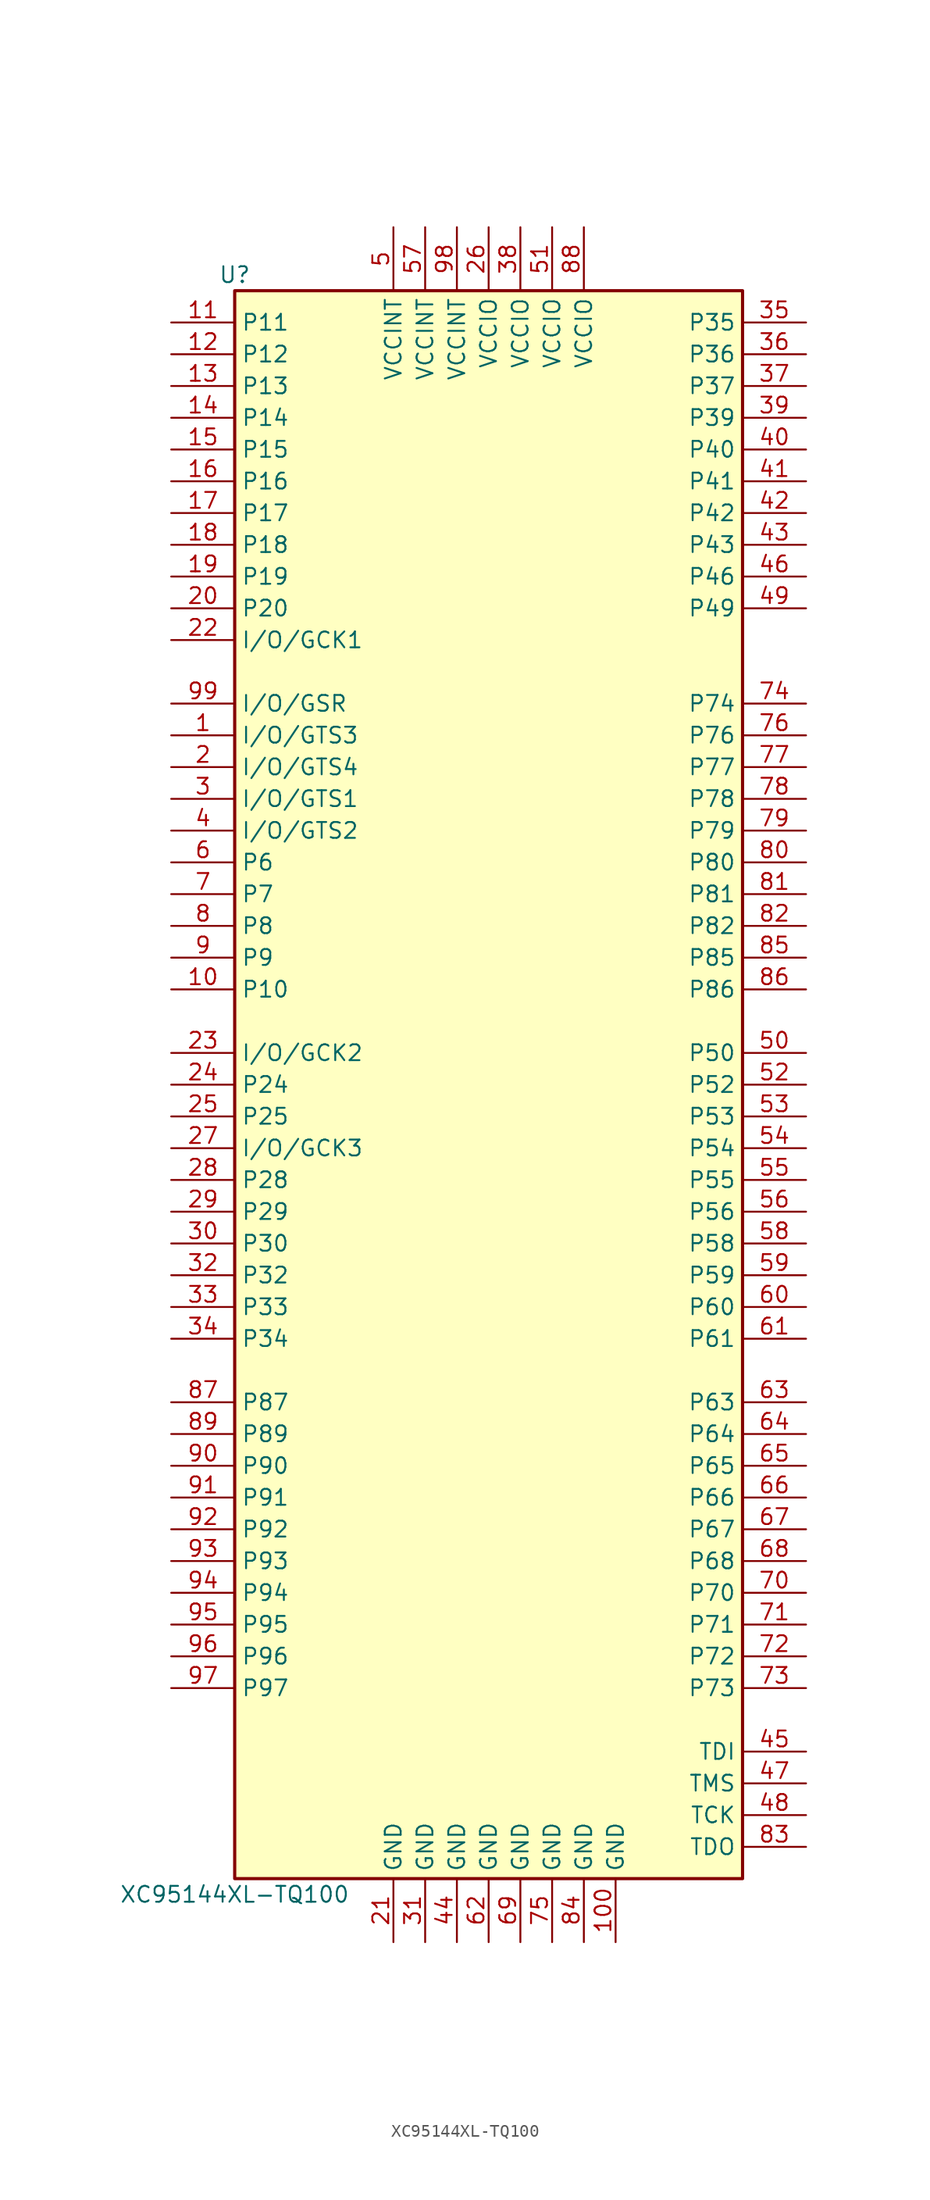
<source format=kicad_sym>
(kicad_symbol_lib
  (version 20201005)
  (generator kicad_symbol_editor)
  (symbol "XC95144XL-TQ100"
    (property "Reference" "U"
      (at -20.32 64.77 0)
      (effects (font (size 1.27 1.27))))
    (property "Value" "XC95144XL-TQ100"
      (at -20.32 -64.77 0)
      (effects (font (size 1.27 1.27))))
    (symbol "XC95144XL-TQ100_1_1"
      (rectangle (start -20.32 63.5) (end 20.32 -63.5) (stroke (width 0.254)) (fill (type background)))
      (pin bidirectional line (at -25.4 27.94 0) (length 5.08) (name "I/O/GTS3" (effects (font (size 1.27 1.27)))) (number "1" (effects (font (size 1.27 1.27)))))
      (pin bidirectional line (at -25.4 25.4 0) (length 5.08) (name "I/O/GTS4" (effects (font (size 1.27 1.27)))) (number "2" (effects (font (size 1.27 1.27)))))
      (pin bidirectional line (at -25.4 22.86 0) (length 5.08) (name "I/O/GTS1" (effects (font (size 1.27 1.27)))) (number "3" (effects (font (size 1.27 1.27)))))
      (pin bidirectional line (at -25.4 20.32 0) (length 5.08) (name "I/O/GTS2" (effects (font (size 1.27 1.27)))) (number "4" (effects (font (size 1.27 1.27)))))
      (pin power_in line (at -7.62 68.58 270) (length 5.08) (name "VCCINT" (effects (font (size 1.27 1.27)))) (number "5" (effects (font (size 1.27 1.27)))))
      (pin bidirectional line (at -25.4 17.78 0) (length 5.08) (name "P6" (effects (font (size 1.27 1.27)))) (number "6" (effects (font (size 1.27 1.27)))))
      (pin bidirectional line (at -25.4 15.24 0) (length 5.08) (name "P7" (effects (font (size 1.27 1.27)))) (number "7" (effects (font (size 1.27 1.27)))))
      (pin bidirectional line (at -25.4 12.7 0) (length 5.08) (name "P8" (effects (font (size 1.27 1.27)))) (number "8" (effects (font (size 1.27 1.27)))))
      (pin bidirectional line (at -25.4 10.16 0) (length 5.08) (name "P9" (effects (font (size 1.27 1.27)))) (number "9" (effects (font (size 1.27 1.27)))))
      (pin bidirectional line (at -25.4 7.62 0) (length 5.08) (name "P10" (effects (font (size 1.27 1.27)))) (number "10" (effects (font (size 1.27 1.27)))))
      (pin bidirectional line (at -25.4 38.1 0) (length 5.08) (name "P20" (effects (font (size 1.27 1.27)))) (number "20" (effects (font (size 1.27 1.27)))))
      (pin bidirectional line (at -25.4 -12.7 0) (length 5.08) (name "P30" (effects (font (size 1.27 1.27)))) (number "30" (effects (font (size 1.27 1.27)))))
      (pin bidirectional line (at 25.4 50.8 180) (length 5.08) (name "P40" (effects (font (size 1.27 1.27)))) (number "40" (effects (font (size 1.27 1.27)))))
      (pin bidirectional line (at 25.4 2.54 180) (length 5.08) (name "P50" (effects (font (size 1.27 1.27)))) (number "50" (effects (font (size 1.27 1.27)))))
      (pin bidirectional line (at 25.4 -17.78 180) (length 5.08) (name "P60" (effects (font (size 1.27 1.27)))) (number "60" (effects (font (size 1.27 1.27)))))
      (pin bidirectional line (at 25.4 -40.64 180) (length 5.08) (name "P70" (effects (font (size 1.27 1.27)))) (number "70" (effects (font (size 1.27 1.27)))))
      (pin bidirectional line (at 25.4 17.78 180) (length 5.08) (name "P80" (effects (font (size 1.27 1.27)))) (number "80" (effects (font (size 1.27 1.27)))))
      (pin bidirectional line (at -25.4 -30.48 0) (length 5.08) (name "P90" (effects (font (size 1.27 1.27)))) (number "90" (effects (font (size 1.27 1.27)))))
      (pin bidirectional line (at -25.4 60.96 0) (length 5.08) (name "P11" (effects (font (size 1.27 1.27)))) (number "11" (effects (font (size 1.27 1.27)))))
      (pin power_in line (at -7.62 -68.58 90) (length 5.08) (name "GND" (effects (font (size 1.27 1.27)))) (number "21" (effects (font (size 1.27 1.27)))))
      (pin power_in line (at -5.08 -68.58 90) (length 5.08) (name "GND" (effects (font (size 1.27 1.27)))) (number "31" (effects (font (size 1.27 1.27)))))
      (pin bidirectional line (at 25.4 48.26 180) (length 5.08) (name "P41" (effects (font (size 1.27 1.27)))) (number "41" (effects (font (size 1.27 1.27)))))
      (pin power_in line (at 5.08 68.58 270) (length 5.08) (name "VCCIO" (effects (font (size 1.27 1.27)))) (number "51" (effects (font (size 1.27 1.27)))))
      (pin bidirectional line (at 25.4 -20.32 180) (length 5.08) (name "P61" (effects (font (size 1.27 1.27)))) (number "61" (effects (font (size 1.27 1.27)))))
      (pin bidirectional line (at 25.4 -43.18 180) (length 5.08) (name "P71" (effects (font (size 1.27 1.27)))) (number "71" (effects (font (size 1.27 1.27)))))
      (pin bidirectional line (at 25.4 15.24 180) (length 5.08) (name "P81" (effects (font (size 1.27 1.27)))) (number "81" (effects (font (size 1.27 1.27)))))
      (pin bidirectional line (at -25.4 -33.02 0) (length 5.08) (name "P91" (effects (font (size 1.27 1.27)))) (number "91" (effects (font (size 1.27 1.27)))))
      (pin bidirectional line (at -25.4 58.42 0) (length 5.08) (name "P12" (effects (font (size 1.27 1.27)))) (number "12" (effects (font (size 1.27 1.27)))))
      (pin bidirectional line (at -25.4 35.56 0) (length 5.08) (name "I/O/GCK1" (effects (font (size 1.27 1.27)))) (number "22" (effects (font (size 1.27 1.27)))))
      (pin bidirectional line (at -25.4 -15.24 0) (length 5.08) (name "P32" (effects (font (size 1.27 1.27)))) (number "32" (effects (font (size 1.27 1.27)))))
      (pin bidirectional line (at 25.4 45.72 180) (length 5.08) (name "P42" (effects (font (size 1.27 1.27)))) (number "42" (effects (font (size 1.27 1.27)))))
      (pin bidirectional line (at 25.4 0 180) (length 5.08) (name "P52" (effects (font (size 1.27 1.27)))) (number "52" (effects (font (size 1.27 1.27)))))
      (pin power_in line (at 0 -68.58 90) (length 5.08) (name "GND" (effects (font (size 1.27 1.27)))) (number "62" (effects (font (size 1.27 1.27)))))
      (pin bidirectional line (at 25.4 -45.72 180) (length 5.08) (name "P72" (effects (font (size 1.27 1.27)))) (number "72" (effects (font (size 1.27 1.27)))))
      (pin bidirectional line (at 25.4 12.7 180) (length 5.08) (name "P82" (effects (font (size 1.27 1.27)))) (number "82" (effects (font (size 1.27 1.27)))))
      (pin bidirectional line (at -25.4 -35.56 0) (length 5.08) (name "P92" (effects (font (size 1.27 1.27)))) (number "92" (effects (font (size 1.27 1.27)))))
      (pin bidirectional line (at -25.4 55.88 0) (length 5.08) (name "P13" (effects (font (size 1.27 1.27)))) (number "13" (effects (font (size 1.27 1.27)))))
      (pin bidirectional line (at -25.4 2.54 0) (length 5.08) (name "I/O/GCK2" (effects (font (size 1.27 1.27)))) (number "23" (effects (font (size 1.27 1.27)))))
      (pin bidirectional line (at -25.4 -17.78 0) (length 5.08) (name "P33" (effects (font (size 1.27 1.27)))) (number "33" (effects (font (size 1.27 1.27)))))
      (pin bidirectional line (at 25.4 43.18 180) (length 5.08) (name "P43" (effects (font (size 1.27 1.27)))) (number "43" (effects (font (size 1.27 1.27)))))
      (pin bidirectional line (at 25.4 -2.54 180) (length 5.08) (name "P53" (effects (font (size 1.27 1.27)))) (number "53" (effects (font (size 1.27 1.27)))))
      (pin bidirectional line (at 25.4 -25.4 180) (length 5.08) (name "P63" (effects (font (size 1.27 1.27)))) (number "63" (effects (font (size 1.27 1.27)))))
      (pin bidirectional line (at 25.4 -48.26 180) (length 5.08) (name "P73" (effects (font (size 1.27 1.27)))) (number "73" (effects (font (size 1.27 1.27)))))
      (pin output line (at 25.4 -60.96 180) (length 5.08) (name "TDO" (effects (font (size 1.27 1.27)))) (number "83" (effects (font (size 1.27 1.27)))))
      (pin bidirectional line (at -25.4 -38.1 0) (length 5.08) (name "P93" (effects (font (size 1.27 1.27)))) (number "93" (effects (font (size 1.27 1.27)))))
      (pin bidirectional line (at -25.4 53.34 0) (length 5.08) (name "P14" (effects (font (size 1.27 1.27)))) (number "14" (effects (font (size 1.27 1.27)))))
      (pin bidirectional line (at -25.4 0 0) (length 5.08) (name "P24" (effects (font (size 1.27 1.27)))) (number "24" (effects (font (size 1.27 1.27)))))
      (pin bidirectional line (at -25.4 -20.32 0) (length 5.08) (name "P34" (effects (font (size 1.27 1.27)))) (number "34" (effects (font (size 1.27 1.27)))))
      (pin power_in line (at -2.54 -68.58 90) (length 5.08) (name "GND" (effects (font (size 1.27 1.27)))) (number "44" (effects (font (size 1.27 1.27)))))
      (pin bidirectional line (at 25.4 -5.08 180) (length 5.08) (name "P54" (effects (font (size 1.27 1.27)))) (number "54" (effects (font (size 1.27 1.27)))))
      (pin bidirectional line (at 25.4 -27.94 180) (length 5.08) (name "P64" (effects (font (size 1.27 1.27)))) (number "64" (effects (font (size 1.27 1.27)))))
      (pin bidirectional line (at 25.4 30.48 180) (length 5.08) (name "P74" (effects (font (size 1.27 1.27)))) (number "74" (effects (font (size 1.27 1.27)))))
      (pin power_in line (at 7.62 -68.58 90) (length 5.08) (name "GND" (effects (font (size 1.27 1.27)))) (number "84" (effects (font (size 1.27 1.27)))))
      (pin bidirectional line (at -25.4 -40.64 0) (length 5.08) (name "P94" (effects (font (size 1.27 1.27)))) (number "94" (effects (font (size 1.27 1.27)))))
      (pin bidirectional line (at -25.4 50.8 0) (length 5.08) (name "P15" (effects (font (size 1.27 1.27)))) (number "15" (effects (font (size 1.27 1.27)))))
      (pin bidirectional line (at -25.4 -2.54 0) (length 5.08) (name "P25" (effects (font (size 1.27 1.27)))) (number "25" (effects (font (size 1.27 1.27)))))
      (pin bidirectional line (at 25.4 60.96 180) (length 5.08) (name "P35" (effects (font (size 1.27 1.27)))) (number "35" (effects (font (size 1.27 1.27)))))
      (pin input line (at 25.4 -53.34 180) (length 5.08) (name "TDI" (effects (font (size 1.27 1.27)))) (number "45" (effects (font (size 1.27 1.27)))))
      (pin bidirectional line (at 25.4 -7.62 180) (length 5.08) (name "P55" (effects (font (size 1.27 1.27)))) (number "55" (effects (font (size 1.27 1.27)))))
      (pin bidirectional line (at 25.4 -30.48 180) (length 5.08) (name "P65" (effects (font (size 1.27 1.27)))) (number "65" (effects (font (size 1.27 1.27)))))
      (pin power_in line (at 5.08 -68.58 90) (length 5.08) (name "GND" (effects (font (size 1.27 1.27)))) (number "75" (effects (font (size 1.27 1.27)))))
      (pin bidirectional line (at 25.4 10.16 180) (length 5.08) (name "P85" (effects (font (size 1.27 1.27)))) (number "85" (effects (font (size 1.27 1.27)))))
      (pin bidirectional line (at -25.4 -43.18 0) (length 5.08) (name "P95" (effects (font (size 1.27 1.27)))) (number "95" (effects (font (size 1.27 1.27)))))
      (pin bidirectional line (at -25.4 48.26 0) (length 5.08) (name "P16" (effects (font (size 1.27 1.27)))) (number "16" (effects (font (size 1.27 1.27)))))
      (pin power_in line (at 0 68.58 270) (length 5.08) (name "VCCIO" (effects (font (size 1.27 1.27)))) (number "26" (effects (font (size 1.27 1.27)))))
      (pin bidirectional line (at 25.4 58.42 180) (length 5.08) (name "P36" (effects (font (size 1.27 1.27)))) (number "36" (effects (font (size 1.27 1.27)))))
      (pin bidirectional line (at 25.4 40.64 180) (length 5.08) (name "P46" (effects (font (size 1.27 1.27)))) (number "46" (effects (font (size 1.27 1.27)))))
      (pin bidirectional line (at 25.4 -10.16 180) (length 5.08) (name "P56" (effects (font (size 1.27 1.27)))) (number "56" (effects (font (size 1.27 1.27)))))
      (pin bidirectional line (at 25.4 -33.02 180) (length 5.08) (name "P66" (effects (font (size 1.27 1.27)))) (number "66" (effects (font (size 1.27 1.27)))))
      (pin bidirectional line (at 25.4 27.94 180) (length 5.08) (name "P76" (effects (font (size 1.27 1.27)))) (number "76" (effects (font (size 1.27 1.27)))))
      (pin bidirectional line (at 25.4 7.62 180) (length 5.08) (name "P86" (effects (font (size 1.27 1.27)))) (number "86" (effects (font (size 1.27 1.27)))))
      (pin bidirectional line (at -25.4 -45.72 0) (length 5.08) (name "P96" (effects (font (size 1.27 1.27)))) (number "96" (effects (font (size 1.27 1.27)))))
      (pin bidirectional line (at -25.4 45.72 0) (length 5.08) (name "P17" (effects (font (size 1.27 1.27)))) (number "17" (effects (font (size 1.27 1.27)))))
      (pin bidirectional line (at -25.4 -5.08 0) (length 5.08) (name "I/O/GCK3" (effects (font (size 1.27 1.27)))) (number "27" (effects (font (size 1.27 1.27)))))
      (pin bidirectional line (at 25.4 55.88 180) (length 5.08) (name "P37" (effects (font (size 1.27 1.27)))) (number "37" (effects (font (size 1.27 1.27)))))
      (pin input line (at 25.4 -55.88 180) (length 5.08) (name "TMS" (effects (font (size 1.27 1.27)))) (number "47" (effects (font (size 1.27 1.27)))))
      (pin power_in line (at -5.08 68.58 270) (length 5.08) (name "VCCINT" (effects (font (size 1.27 1.27)))) (number "57" (effects (font (size 1.27 1.27)))))
      (pin bidirectional line (at 25.4 -35.56 180) (length 5.08) (name "P67" (effects (font (size 1.27 1.27)))) (number "67" (effects (font (size 1.27 1.27)))))
      (pin bidirectional line (at 25.4 25.4 180) (length 5.08) (name "P77" (effects (font (size 1.27 1.27)))) (number "77" (effects (font (size 1.27 1.27)))))
      (pin bidirectional line (at -25.4 -25.4 0) (length 5.08) (name "P87" (effects (font (size 1.27 1.27)))) (number "87" (effects (font (size 1.27 1.27)))))
      (pin bidirectional line (at -25.4 -48.26 0) (length 5.08) (name "P97" (effects (font (size 1.27 1.27)))) (number "97" (effects (font (size 1.27 1.27)))))
      (pin bidirectional line (at -25.4 43.18 0) (length 5.08) (name "P18" (effects (font (size 1.27 1.27)))) (number "18" (effects (font (size 1.27 1.27)))))
      (pin bidirectional line (at -25.4 -7.62 0) (length 5.08) (name "P28" (effects (font (size 1.27 1.27)))) (number "28" (effects (font (size 1.27 1.27)))))
      (pin power_in line (at 2.54 68.58 270) (length 5.08) (name "VCCIO" (effects (font (size 1.27 1.27)))) (number "38" (effects (font (size 1.27 1.27)))))
      (pin input line (at 25.4 -58.42 180) (length 5.08) (name "TCK" (effects (font (size 1.27 1.27)))) (number "48" (effects (font (size 1.27 1.27)))))
      (pin bidirectional line (at 25.4 -12.7 180) (length 5.08) (name "P58" (effects (font (size 1.27 1.27)))) (number "58" (effects (font (size 1.27 1.27)))))
      (pin bidirectional line (at 25.4 -38.1 180) (length 5.08) (name "P68" (effects (font (size 1.27 1.27)))) (number "68" (effects (font (size 1.27 1.27)))))
      (pin bidirectional line (at 25.4 22.86 180) (length 5.08) (name "P78" (effects (font (size 1.27 1.27)))) (number "78" (effects (font (size 1.27 1.27)))))
      (pin power_in line (at 7.62 68.58 270) (length 5.08) (name "VCCIO" (effects (font (size 1.27 1.27)))) (number "88" (effects (font (size 1.27 1.27)))))
      (pin power_in line (at -2.54 68.58 270) (length 5.08) (name "VCCINT" (effects (font (size 1.27 1.27)))) (number "98" (effects (font (size 1.27 1.27)))))
      (pin bidirectional line (at -25.4 40.64 0) (length 5.08) (name "P19" (effects (font (size 1.27 1.27)))) (number "19" (effects (font (size 1.27 1.27)))))
      (pin bidirectional line (at -25.4 -10.16 0) (length 5.08) (name "P29" (effects (font (size 1.27 1.27)))) (number "29" (effects (font (size 1.27 1.27)))))
      (pin bidirectional line (at 25.4 53.34 180) (length 5.08) (name "P39" (effects (font (size 1.27 1.27)))) (number "39" (effects (font (size 1.27 1.27)))))
      (pin bidirectional line (at 25.4 38.1 180) (length 5.08) (name "P49" (effects (font (size 1.27 1.27)))) (number "49" (effects (font (size 1.27 1.27)))))
      (pin bidirectional line (at 25.4 -15.24 180) (length 5.08) (name "P59" (effects (font (size 1.27 1.27)))) (number "59" (effects (font (size 1.27 1.27)))))
      (pin power_in line (at 2.54 -68.58 90) (length 5.08) (name "GND" (effects (font (size 1.27 1.27)))) (number "69" (effects (font (size 1.27 1.27)))))
      (pin bidirectional line (at 25.4 20.32 180) (length 5.08) (name "P79" (effects (font (size 1.27 1.27)))) (number "79" (effects (font (size 1.27 1.27)))))
      (pin bidirectional line (at -25.4 -27.94 0) (length 5.08) (name "P89" (effects (font (size 1.27 1.27)))) (number "89" (effects (font (size 1.27 1.27)))))
      (pin bidirectional line (at -25.4 30.48 0) (length 5.08) (name "I/O/GSR" (effects (font (size 1.27 1.27)))) (number "99" (effects (font (size 1.27 1.27)))))
      (pin power_in line (at 10.16 -68.58 90) (length 5.08) (name "GND" (effects (font (size 1.27 1.27)))) (number "100" (effects (font (size 1.27 1.27))))))))
</source>
